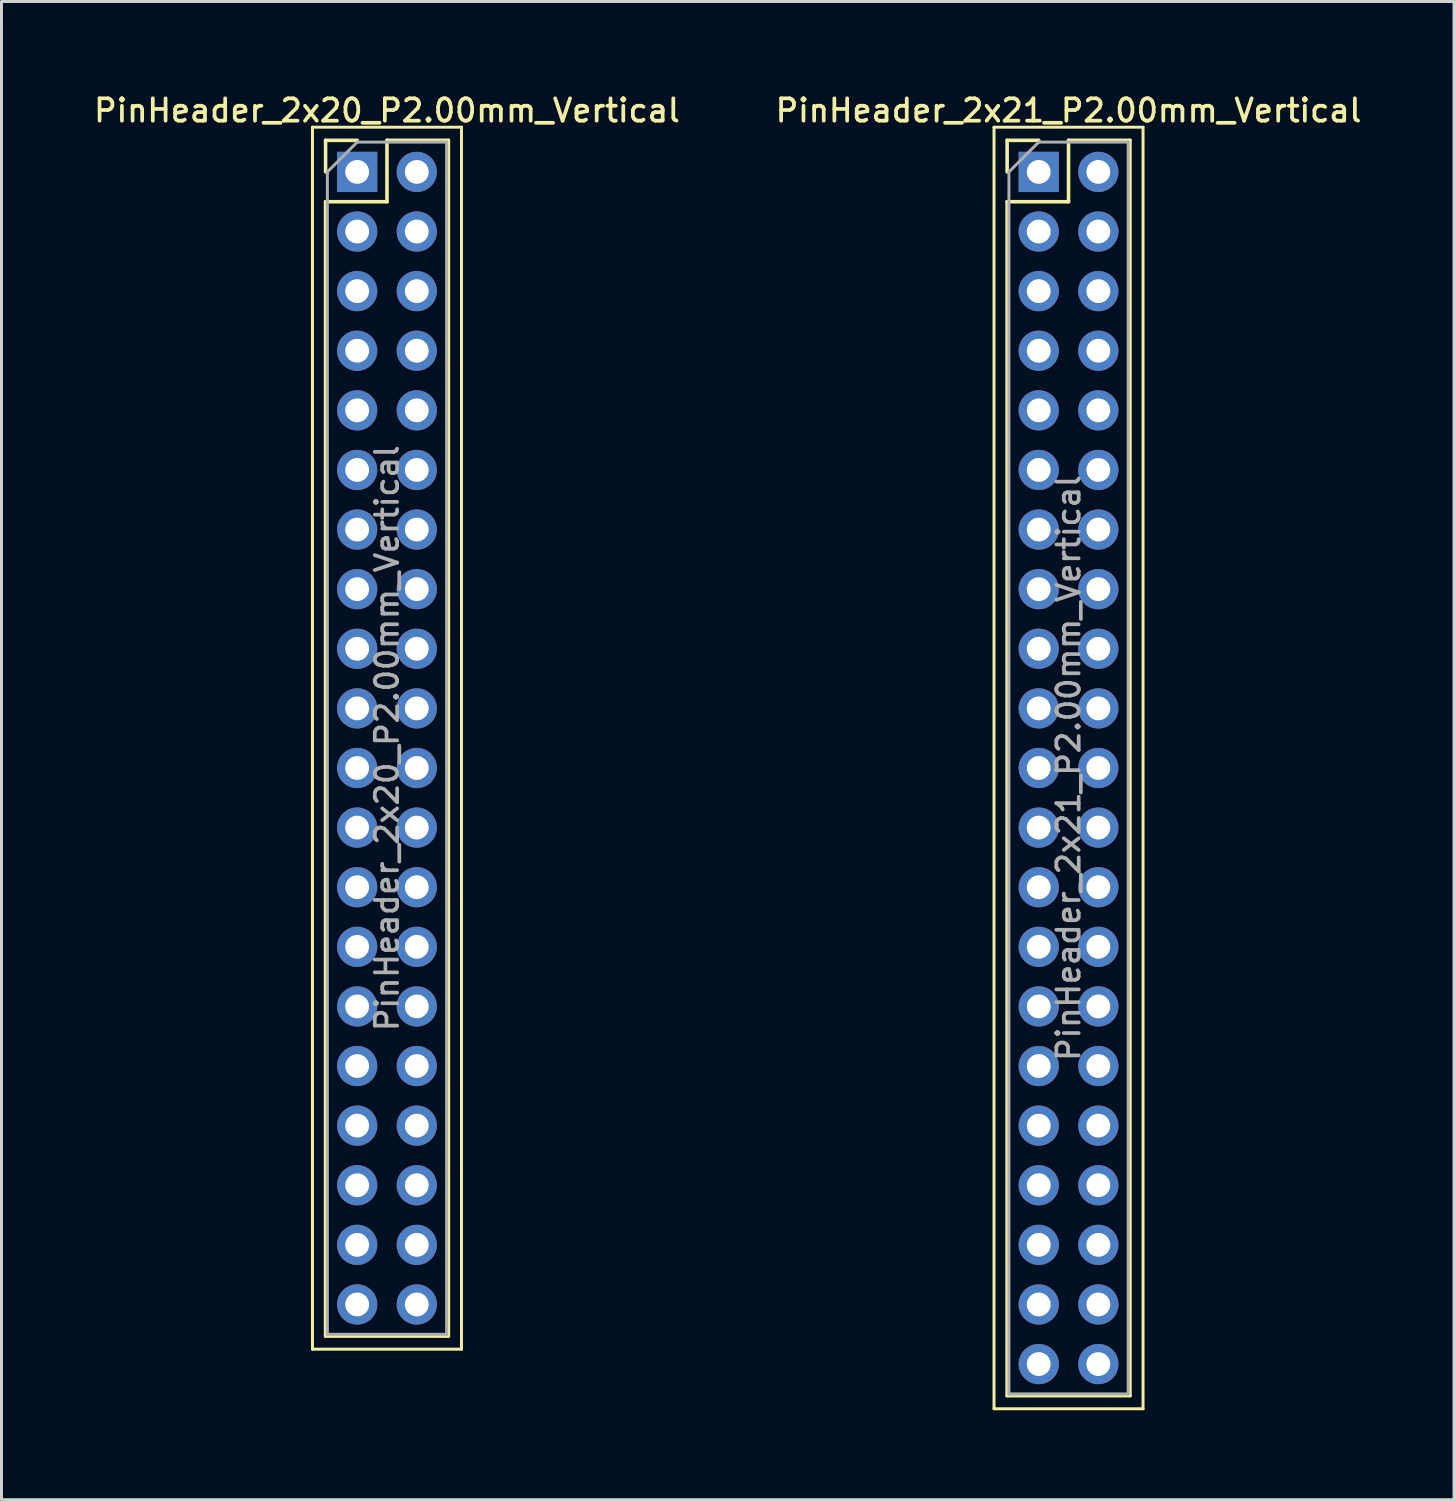
<source format=kicad_pcb>
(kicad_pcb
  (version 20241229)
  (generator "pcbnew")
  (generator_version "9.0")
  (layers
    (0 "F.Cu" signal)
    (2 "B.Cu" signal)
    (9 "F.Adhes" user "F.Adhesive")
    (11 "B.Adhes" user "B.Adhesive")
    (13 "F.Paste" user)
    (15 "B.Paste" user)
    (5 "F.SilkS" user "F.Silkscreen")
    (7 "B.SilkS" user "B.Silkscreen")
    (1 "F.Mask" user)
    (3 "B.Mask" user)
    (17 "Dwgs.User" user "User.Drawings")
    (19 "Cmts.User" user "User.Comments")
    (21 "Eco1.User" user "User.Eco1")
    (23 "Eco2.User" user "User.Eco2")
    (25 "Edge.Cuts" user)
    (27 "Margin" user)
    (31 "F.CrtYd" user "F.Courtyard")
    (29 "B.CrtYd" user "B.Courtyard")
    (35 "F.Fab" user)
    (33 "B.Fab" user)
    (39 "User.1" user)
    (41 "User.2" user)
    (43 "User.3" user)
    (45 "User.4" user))
  (footprint "PinHeader_2x20_P2.00mm_Vertical"
    (layer "F.Cu")
    (at 8.934 2.718)
    (property "Reference" "PinHeader_2x20_P2.00mm_Vertical" (at 1 -2.06 0) (layer "F.SilkS") (effects (font (size 0.75 0.75) (thickness 0.125))))
    (attr through_hole)
    (fp_line (start -1.5 -1.5) (end -1.5 39.5) (stroke (width 0.1) (type solid)) (layer "F.SilkS"))
    (fp_line (start -1.5 39.5) (end 3.5 39.5) (stroke (width 0.1) (type solid)) (layer "F.SilkS"))
    (fp_line (start -1.06 -1.06) (end 0 -1.06) (stroke (width 0.12) (type solid)) (layer "F.SilkS"))
    (fp_line (start -1.06 0) (end -1.06 -1.06) (stroke (width 0.12) (type solid)) (layer "F.SilkS"))
    (fp_line (start -1.06 1) (end -1.06 39.06) (stroke (width 0.12) (type solid)) (layer "F.SilkS"))
    (fp_line (start -1.06 1) (end 1 1) (stroke (width 0.12) (type solid)) (layer "F.SilkS"))
    (fp_line (start -1.06 39.06) (end 3.06 39.06) (stroke (width 0.12) (type solid)) (layer "F.SilkS"))
    (fp_line (start 1 -1.06) (end 3.06 -1.06) (stroke (width 0.12) (type solid)) (layer "F.SilkS"))
    (fp_line (start 1 1) (end 1 -1.06) (stroke (width 0.12) (type solid)) (layer "F.SilkS"))
    (fp_line (start 3.06 -1.06) (end 3.06 39.06) (stroke (width 0.12) (type solid)) (layer "F.SilkS"))
    (fp_line (start 3.5 -1.5) (end -1.5 -1.5) (stroke (width 0.1) (type solid)) (layer "F.SilkS"))
    (fp_line (start 3.5 39.5) (end 3.5 -1.5) (stroke (width 0.1) (type solid)) (layer "F.SilkS"))
    (fp_line (start -1 0) (end 0 -1) (stroke (width 0.1) (type solid)) (layer "F.Fab"))
    (fp_line (start -1 39) (end -1 0) (stroke (width 0.1) (type solid)) (layer "F.Fab"))
    (fp_line (start 0 -1) (end 3 -1) (stroke (width 0.1) (type solid)) (layer "F.Fab"))
    (fp_line (start 3 -1) (end 3 39) (stroke (width 0.1) (type solid)) (layer "F.Fab"))
    (fp_line (start 3 39) (end -1 39) (stroke (width 0.1) (type solid)) (layer "F.Fab"))
    (fp_text user "${REFERENCE}" (at 1 19 90) (layer "F.Fab") (effects (font (size 0.75 0.75) (thickness 0.125))))
    (pad "1" thru_hole rect (at 0 0) (size 1.35 1.35) (drill 0.8) (layers "*.Cu" "*.Mask"))
    (pad "2" thru_hole oval (at 2 0) (size 1.35 1.35) (drill 0.8) (layers "*.Cu" "*.Mask"))
    (pad "3" thru_hole oval (at 0 2) (size 1.35 1.35) (drill 0.8) (layers "*.Cu" "*.Mask"))
    (pad "4" thru_hole oval (at 2 2) (size 1.35 1.35) (drill 0.8) (layers "*.Cu" "*.Mask"))
    (pad "5" thru_hole oval (at 0 4) (size 1.35 1.35) (drill 0.8) (layers "*.Cu" "*.Mask"))
    (pad "6" thru_hole oval (at 2 4) (size 1.35 1.35) (drill 0.8) (layers "*.Cu" "*.Mask"))
    (pad "7" thru_hole oval (at 0 6) (size 1.35 1.35) (drill 0.8) (layers "*.Cu" "*.Mask"))
    (pad "8" thru_hole oval (at 2 6) (size 1.35 1.35) (drill 0.8) (layers "*.Cu" "*.Mask"))
    (pad "9" thru_hole oval (at 0 8) (size 1.35 1.35) (drill 0.8) (layers "*.Cu" "*.Mask"))
    (pad "10" thru_hole oval (at 2 8) (size 1.35 1.35) (drill 0.8) (layers "*.Cu" "*.Mask"))
    (pad "11" thru_hole oval (at 0 10) (size 1.35 1.35) (drill 0.8) (layers "*.Cu" "*.Mask"))
    (pad "12" thru_hole oval (at 2 10) (size 1.35 1.35) (drill 0.8) (layers "*.Cu" "*.Mask"))
    (pad "13" thru_hole oval (at 0 12) (size 1.35 1.35) (drill 0.8) (layers "*.Cu" "*.Mask"))
    (pad "14" thru_hole oval (at 2 12) (size 1.35 1.35) (drill 0.8) (layers "*.Cu" "*.Mask"))
    (pad "15" thru_hole oval (at 0 14) (size 1.35 1.35) (drill 0.8) (layers "*.Cu" "*.Mask"))
    (pad "16" thru_hole oval (at 2 14) (size 1.35 1.35) (drill 0.8) (layers "*.Cu" "*.Mask"))
    (pad "17" thru_hole oval (at 0 16) (size 1.35 1.35) (drill 0.8) (layers "*.Cu" "*.Mask"))
    (pad "18" thru_hole oval (at 2 16) (size 1.35 1.35) (drill 0.8) (layers "*.Cu" "*.Mask"))
    (pad "19" thru_hole oval (at 0 18) (size 1.35 1.35) (drill 0.8) (layers "*.Cu" "*.Mask"))
    (pad "20" thru_hole oval (at 2 18) (size 1.35 1.35) (drill 0.8) (layers "*.Cu" "*.Mask"))
    (pad "21" thru_hole oval (at 0 20) (size 1.35 1.35) (drill 0.8) (layers "*.Cu" "*.Mask"))
    (pad "22" thru_hole oval (at 2 20) (size 1.35 1.35) (drill 0.8) (layers "*.Cu" "*.Mask"))
    (pad "23" thru_hole oval (at 0 22) (size 1.35 1.35) (drill 0.8) (layers "*.Cu" "*.Mask"))
    (pad "24" thru_hole oval (at 2 22) (size 1.35 1.35) (drill 0.8) (layers "*.Cu" "*.Mask"))
    (pad "25" thru_hole oval (at 0 24) (size 1.35 1.35) (drill 0.8) (layers "*.Cu" "*.Mask"))
    (pad "26" thru_hole oval (at 2 24) (size 1.35 1.35) (drill 0.8) (layers "*.Cu" "*.Mask"))
    (pad "27" thru_hole oval (at 0 26) (size 1.35 1.35) (drill 0.8) (layers "*.Cu" "*.Mask"))
    (pad "28" thru_hole oval (at 2 26) (size 1.35 1.35) (drill 0.8) (layers "*.Cu" "*.Mask"))
    (pad "29" thru_hole oval (at 0 28) (size 1.35 1.35) (drill 0.8) (layers "*.Cu" "*.Mask"))
    (pad "30" thru_hole oval (at 2 28) (size 1.35 1.35) (drill 0.8) (layers "*.Cu" "*.Mask"))
    (pad "31" thru_hole oval (at 0 30) (size 1.35 1.35) (drill 0.8) (layers "*.Cu" "*.Mask"))
    (pad "32" thru_hole oval (at 2 30) (size 1.35 1.35) (drill 0.8) (layers "*.Cu" "*.Mask"))
    (pad "33" thru_hole oval (at 0 32) (size 1.35 1.35) (drill 0.8) (layers "*.Cu" "*.Mask"))
    (pad "34" thru_hole oval (at 2 32) (size 1.35 1.35) (drill 0.8) (layers "*.Cu" "*.Mask"))
    (pad "35" thru_hole oval (at 0 34) (size 1.35 1.35) (drill 0.8) (layers "*.Cu" "*.Mask"))
    (pad "36" thru_hole oval (at 2 34) (size 1.35 1.35) (drill 0.8) (layers "*.Cu" "*.Mask"))
    (pad "37" thru_hole oval (at 0 36) (size 1.35 1.35) (drill 0.8) (layers "*.Cu" "*.Mask"))
    (pad "38" thru_hole oval (at 2 36) (size 1.35 1.35) (drill 0.8) (layers "*.Cu" "*.Mask"))
    (pad "39" thru_hole oval (at 0 38) (size 1.35 1.35) (drill 0.8) (layers "*.Cu" "*.Mask"))
    (pad "40" thru_hole oval (at 2 38) (size 1.35 1.35) (drill 0.8) (layers "*.Cu" "*.Mask")))
  (footprint "PinHeader_2x21_P2.00mm_Vertical"
    (layer "F.Cu")
    (at 31.802 2.718)
    (property "Reference" "PinHeader_2x21_P2.00mm_Vertical" (at 1 -2.06 0) (layer "F.SilkS") (effects (font (size 0.75 0.75) (thickness 0.125))))
    (attr through_hole)
    (fp_line (start -1.5 -1.5) (end -1.5 41.5) (stroke (width 0.1) (type solid)) (layer "F.SilkS"))
    (fp_line (start -1.5 41.5) (end 3.5 41.5) (stroke (width 0.1) (type solid)) (layer "F.SilkS"))
    (fp_line (start -1.06 -1.06) (end 0 -1.06) (stroke (width 0.12) (type solid)) (layer "F.SilkS"))
    (fp_line (start -1.06 0) (end -1.06 -1.06) (stroke (width 0.12) (type solid)) (layer "F.SilkS"))
    (fp_line (start -1.06 1) (end -1.06 41.06) (stroke (width 0.12) (type solid)) (layer "F.SilkS"))
    (fp_line (start -1.06 1) (end 1 1) (stroke (width 0.12) (type solid)) (layer "F.SilkS"))
    (fp_line (start -1.06 41.06) (end 3.06 41.06) (stroke (width 0.12) (type solid)) (layer "F.SilkS"))
    (fp_line (start 1 -1.06) (end 3.06 -1.06) (stroke (width 0.12) (type solid)) (layer "F.SilkS"))
    (fp_line (start 1 1) (end 1 -1.06) (stroke (width 0.12) (type solid)) (layer "F.SilkS"))
    (fp_line (start 3.06 -1.06) (end 3.06 41.06) (stroke (width 0.12) (type solid)) (layer "F.SilkS"))
    (fp_line (start 3.5 -1.5) (end -1.5 -1.5) (stroke (width 0.1) (type solid)) (layer "F.SilkS"))
    (fp_line (start 3.5 41.5) (end 3.5 -1.5) (stroke (width 0.1) (type solid)) (layer "F.SilkS"))
    (fp_line (start -1 0) (end 0 -1) (stroke (width 0.1) (type solid)) (layer "F.Fab"))
    (fp_line (start -1 41) (end -1 0) (stroke (width 0.1) (type solid)) (layer "F.Fab"))
    (fp_line (start 0 -1) (end 3 -1) (stroke (width 0.1) (type solid)) (layer "F.Fab"))
    (fp_line (start 3 -1) (end 3 41) (stroke (width 0.1) (type solid)) (layer "F.Fab"))
    (fp_line (start 3 41) (end -1 41) (stroke (width 0.1) (type solid)) (layer "F.Fab"))
    (fp_text user "${REFERENCE}" (at 1 20 90) (layer "F.Fab") (effects (font (size 0.75 0.75) (thickness 0.125))))
    (pad "1" thru_hole rect (at 0 0) (size 1.35 1.35) (drill 0.8) (layers "*.Cu" "*.Mask"))
    (pad "2" thru_hole oval (at 2 0) (size 1.35 1.35) (drill 0.8) (layers "*.Cu" "*.Mask"))
    (pad "3" thru_hole oval (at 0 2) (size 1.35 1.35) (drill 0.8) (layers "*.Cu" "*.Mask"))
    (pad "4" thru_hole oval (at 2 2) (size 1.35 1.35) (drill 0.8) (layers "*.Cu" "*.Mask"))
    (pad "5" thru_hole oval (at 0 4) (size 1.35 1.35) (drill 0.8) (layers "*.Cu" "*.Mask"))
    (pad "6" thru_hole oval (at 2 4) (size 1.35 1.35) (drill 0.8) (layers "*.Cu" "*.Mask"))
    (pad "7" thru_hole oval (at 0 6) (size 1.35 1.35) (drill 0.8) (layers "*.Cu" "*.Mask"))
    (pad "8" thru_hole oval (at 2 6) (size 1.35 1.35) (drill 0.8) (layers "*.Cu" "*.Mask"))
    (pad "9" thru_hole oval (at 0 8) (size 1.35 1.35) (drill 0.8) (layers "*.Cu" "*.Mask"))
    (pad "10" thru_hole oval (at 2 8) (size 1.35 1.35) (drill 0.8) (layers "*.Cu" "*.Mask"))
    (pad "11" thru_hole oval (at 0 10) (size 1.35 1.35) (drill 0.8) (layers "*.Cu" "*.Mask"))
    (pad "12" thru_hole oval (at 2 10) (size 1.35 1.35) (drill 0.8) (layers "*.Cu" "*.Mask"))
    (pad "13" thru_hole oval (at 0 12) (size 1.35 1.35) (drill 0.8) (layers "*.Cu" "*.Mask"))
    (pad "14" thru_hole oval (at 2 12) (size 1.35 1.35) (drill 0.8) (layers "*.Cu" "*.Mask"))
    (pad "15" thru_hole oval (at 0 14) (size 1.35 1.35) (drill 0.8) (layers "*.Cu" "*.Mask"))
    (pad "16" thru_hole oval (at 2 14) (size 1.35 1.35) (drill 0.8) (layers "*.Cu" "*.Mask"))
    (pad "17" thru_hole oval (at 0 16) (size 1.35 1.35) (drill 0.8) (layers "*.Cu" "*.Mask"))
    (pad "18" thru_hole oval (at 2 16) (size 1.35 1.35) (drill 0.8) (layers "*.Cu" "*.Mask"))
    (pad "19" thru_hole oval (at 0 18) (size 1.35 1.35) (drill 0.8) (layers "*.Cu" "*.Mask"))
    (pad "20" thru_hole oval (at 2 18) (size 1.35 1.35) (drill 0.8) (layers "*.Cu" "*.Mask"))
    (pad "21" thru_hole oval (at 0 20) (size 1.35 1.35) (drill 0.8) (layers "*.Cu" "*.Mask"))
    (pad "22" thru_hole oval (at 2 20) (size 1.35 1.35) (drill 0.8) (layers "*.Cu" "*.Mask"))
    (pad "23" thru_hole oval (at 0 22) (size 1.35 1.35) (drill 0.8) (layers "*.Cu" "*.Mask"))
    (pad "24" thru_hole oval (at 2 22) (size 1.35 1.35) (drill 0.8) (layers "*.Cu" "*.Mask"))
    (pad "25" thru_hole oval (at 0 24) (size 1.35 1.35) (drill 0.8) (layers "*.Cu" "*.Mask"))
    (pad "26" thru_hole oval (at 2 24) (size 1.35 1.35) (drill 0.8) (layers "*.Cu" "*.Mask"))
    (pad "27" thru_hole oval (at 0 26) (size 1.35 1.35) (drill 0.8) (layers "*.Cu" "*.Mask"))
    (pad "28" thru_hole oval (at 2 26) (size 1.35 1.35) (drill 0.8) (layers "*.Cu" "*.Mask"))
    (pad "29" thru_hole oval (at 0 28) (size 1.35 1.35) (drill 0.8) (layers "*.Cu" "*.Mask"))
    (pad "30" thru_hole oval (at 2 28) (size 1.35 1.35) (drill 0.8) (layers "*.Cu" "*.Mask"))
    (pad "31" thru_hole oval (at 0 30) (size 1.35 1.35) (drill 0.8) (layers "*.Cu" "*.Mask"))
    (pad "32" thru_hole oval (at 2 30) (size 1.35 1.35) (drill 0.8) (layers "*.Cu" "*.Mask"))
    (pad "33" thru_hole oval (at 0 32) (size 1.35 1.35) (drill 0.8) (layers "*.Cu" "*.Mask"))
    (pad "34" thru_hole oval (at 2 32) (size 1.35 1.35) (drill 0.8) (layers "*.Cu" "*.Mask"))
    (pad "35" thru_hole oval (at 0 34) (size 1.35 1.35) (drill 0.8) (layers "*.Cu" "*.Mask"))
    (pad "36" thru_hole oval (at 2 34) (size 1.35 1.35) (drill 0.8) (layers "*.Cu" "*.Mask"))
    (pad "37" thru_hole oval (at 0 36) (size 1.35 1.35) (drill 0.8) (layers "*.Cu" "*.Mask"))
    (pad "38" thru_hole oval (at 2 36) (size 1.35 1.35) (drill 0.8) (layers "*.Cu" "*.Mask"))
    (pad "39" thru_hole oval (at 0 38) (size 1.35 1.35) (drill 0.8) (layers "*.Cu" "*.Mask"))
    (pad "40" thru_hole oval (at 2 38) (size 1.35 1.35) (drill 0.8) (layers "*.Cu" "*.Mask"))
    (pad "41" thru_hole oval (at 0 40) (size 1.35 1.35) (drill 0.8) (layers "*.Cu" "*.Mask"))
    (pad "42" thru_hole oval (at 2 40) (size 1.35 1.35) (drill 0.8) (layers "*.Cu" "*.Mask")))
  (gr_rect
    (start -3 -3)
    (end 45.736 47.268)
    (stroke (width 0.1) (type default))
    (fill no)
    (layer "Edge.Cuts")))
</source>
